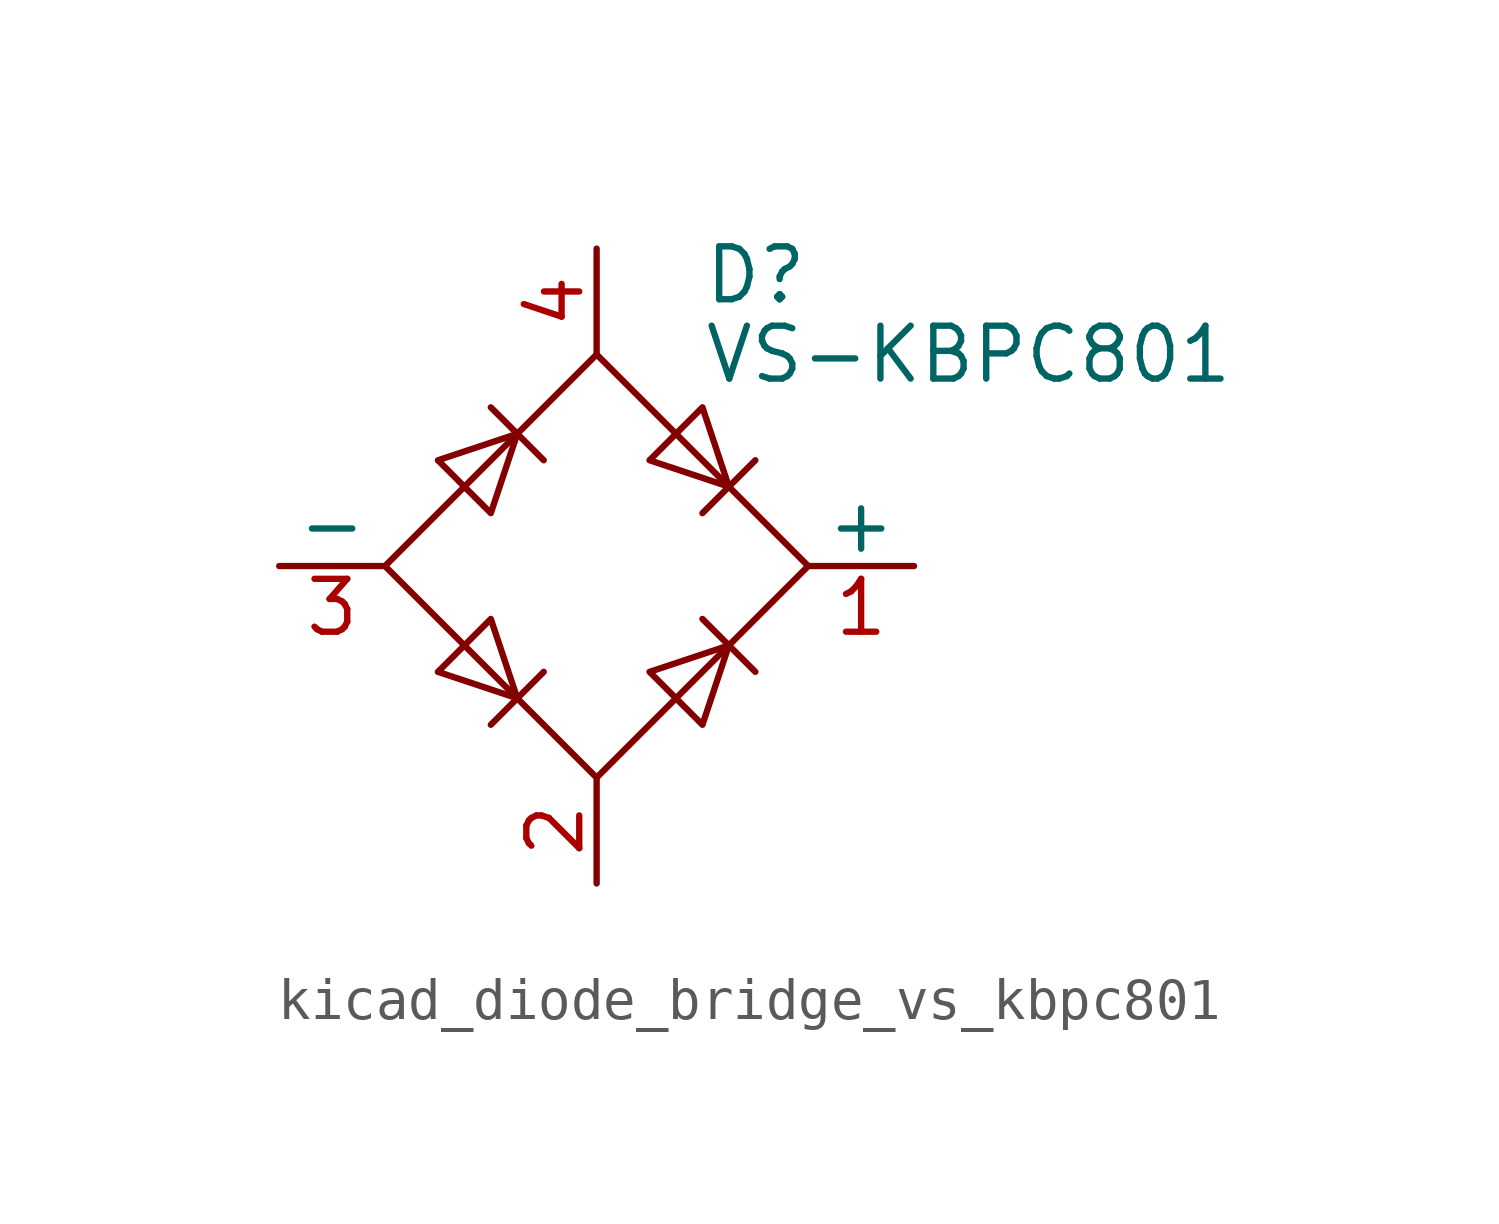
<source format=kicad_sym>
(kicad_symbol_lib
  (version 20220914)
  (generator kicad_symbol_editor)
  (symbol "kicad_diode_bridge_vs_kbpc801"
    (pin_names
      (offset 0))
    (property "Reference" "D"
      (at 2.54 6.985 0)
      (effects (font (size 1.27 1.27)) (justify left)))
    (property "Value" "VS-KBPC801"
      (at 2.54 5.08 0)
      (effects (font (size 1.27 1.27)) (justify left)))
    (symbol "kicad_diode_bridge_vs_kbpc801_0_1"
      (polyline (pts (xy -2.54 3.81) (xy -1.27 2.54)) (stroke (width 0) (type default)) (fill (type none)))
      (polyline (pts (xy -1.27 -2.54) (xy -2.54 -3.81)) (stroke (width 0) (type default)) (fill (type none)))
      (polyline (pts (xy 2.54 -1.27) (xy 3.81 -2.54)) (stroke (width 0) (type default)) (fill (type none)))
      (polyline (pts (xy 2.54 1.27) (xy 3.81 2.54)) (stroke (width 0) (type default)) (fill (type none)))
      (polyline (pts (xy -3.81 2.54) (xy -2.54 1.27) (xy -1.905 3.175) (xy -3.81 2.54)) (stroke (width 0) (type default)) (fill (type none)))
      (polyline (pts (xy -2.54 -1.27) (xy -3.81 -2.54) (xy -1.905 -3.175) (xy -2.54 -1.27)) (stroke (width 0) (type default)) (fill (type none)))
      (polyline (pts (xy 1.27 2.54) (xy 2.54 3.81) (xy 3.175 1.905) (xy 1.27 2.54)) (stroke (width 0) (type default)) (fill (type none)))
      (polyline (pts (xy 3.175 -1.905) (xy 1.27 -2.54) (xy 2.54 -3.81) (xy 3.175 -1.905)) (stroke (width 0) (type default)) (fill (type none)))
      (polyline (pts (xy -5.08 0) (xy 0 -5.08) (xy 5.08 0) (xy 0 5.08) (xy -5.08 0)) (stroke (width 0) (type default)) (fill (type none))))
    (symbol "kicad_diode_bridge_vs_kbpc801_1_1"
      (pin passive line (at 7.62 0 180) (length 2.54) (name "+" (effects (font (size 1.27 1.27)))) (number "1" (effects (font (size 1.27 1.27)))))
      (pin passive line (at 0 -7.62 90) (length 2.54) (name "~" (effects (font (size 1.27 1.27)))) (number "2" (effects (font (size 1.27 1.27)))))
      (pin passive line (at -7.62 0 0) (length 2.54) (name "-" (effects (font (size 1.27 1.27)))) (number "3" (effects (font (size 1.27 1.27)))))
      (pin passive line (at 0 7.62 270) (length 2.54) (name "~" (effects (font (size 1.27 1.27)))) (number "4" (effects (font (size 1.27 1.27))))))))
</source>
